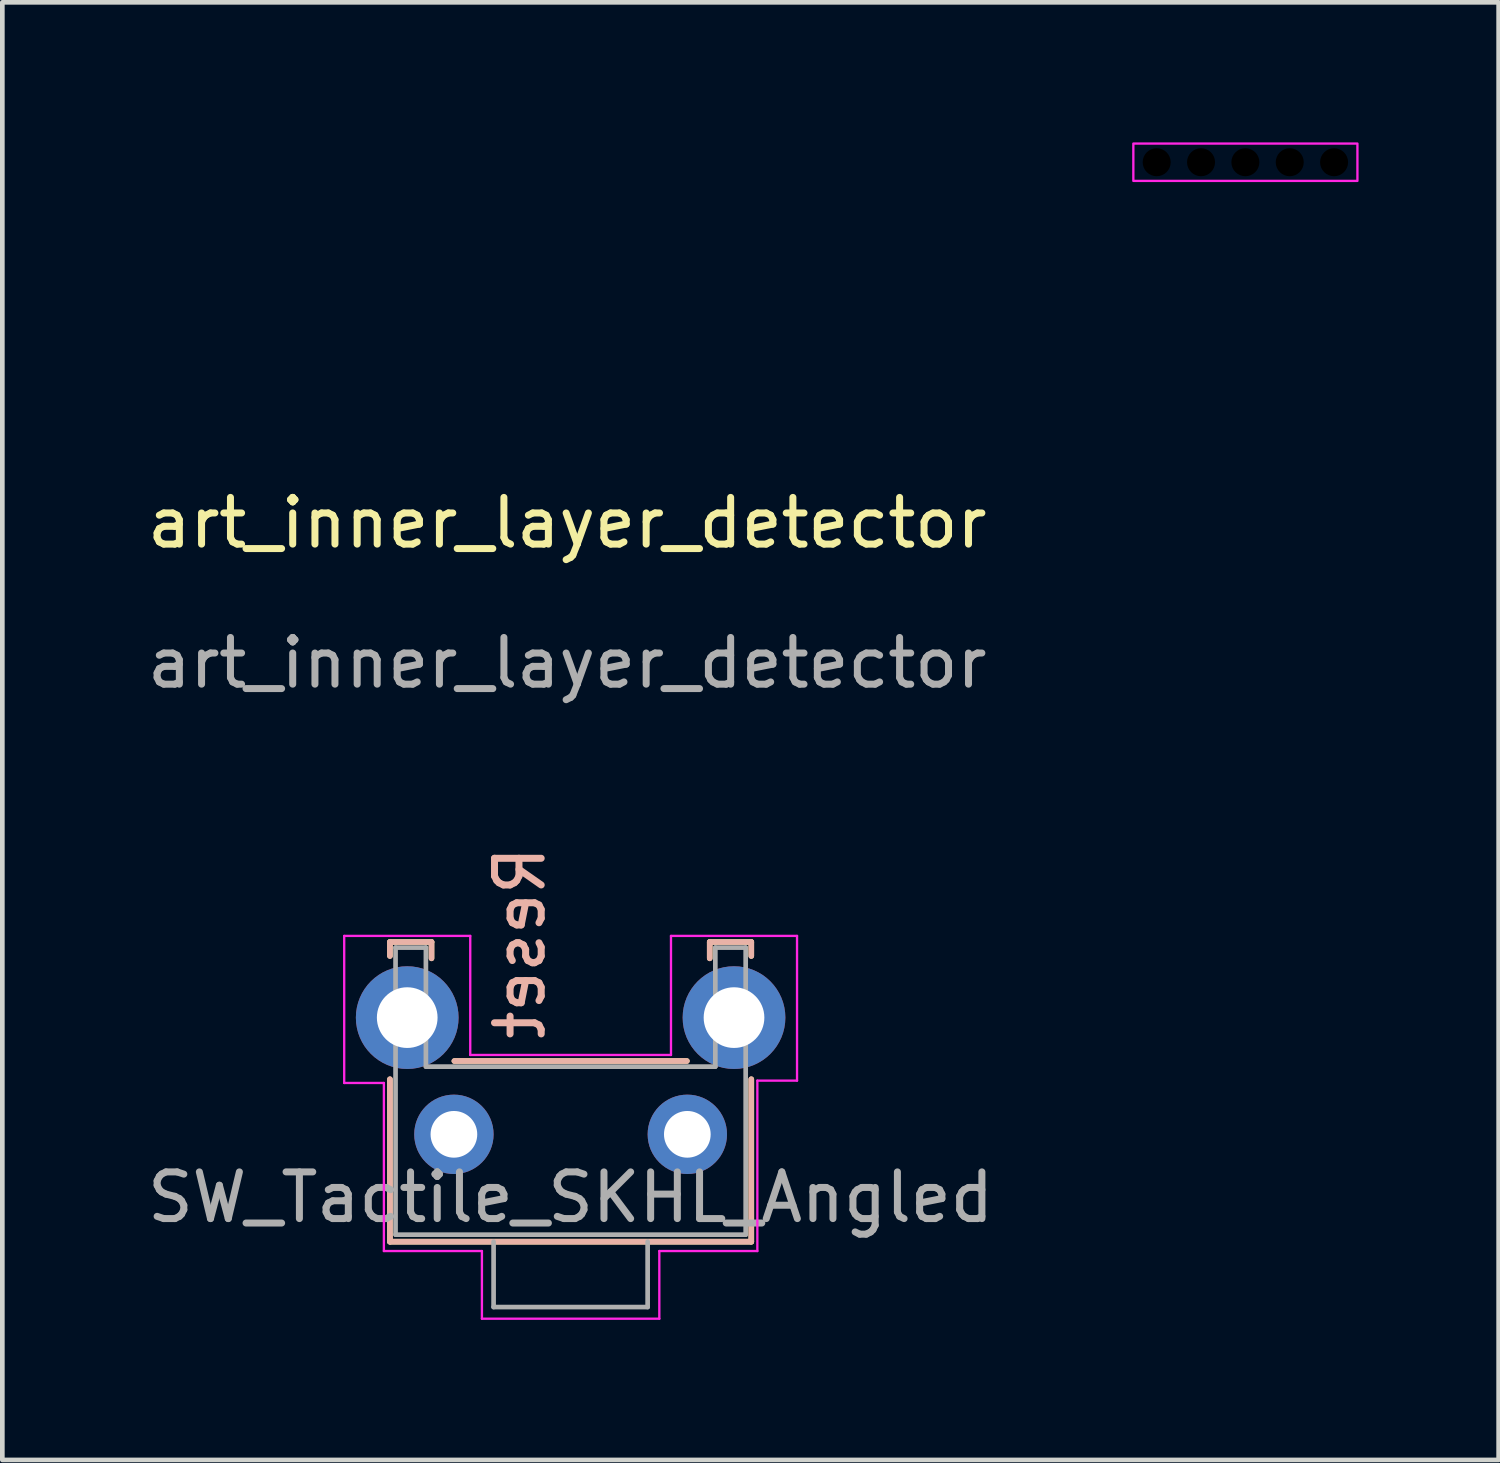
<source format=kicad_pcb>
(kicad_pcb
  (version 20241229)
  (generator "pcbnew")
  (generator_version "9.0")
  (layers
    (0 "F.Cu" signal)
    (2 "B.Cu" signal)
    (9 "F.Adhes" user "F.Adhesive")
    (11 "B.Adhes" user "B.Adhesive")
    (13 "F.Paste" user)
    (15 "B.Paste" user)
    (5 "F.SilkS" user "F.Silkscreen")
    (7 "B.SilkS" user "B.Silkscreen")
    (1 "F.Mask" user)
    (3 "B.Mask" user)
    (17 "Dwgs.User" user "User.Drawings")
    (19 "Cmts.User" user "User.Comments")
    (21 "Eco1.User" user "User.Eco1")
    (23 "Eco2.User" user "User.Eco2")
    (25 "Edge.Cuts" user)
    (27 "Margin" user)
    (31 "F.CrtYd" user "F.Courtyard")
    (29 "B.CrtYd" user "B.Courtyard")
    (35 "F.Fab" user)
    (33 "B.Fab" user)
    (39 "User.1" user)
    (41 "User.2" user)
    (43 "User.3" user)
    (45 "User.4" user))
  (footprint "SW_Tactile_SKHL_Angled"
    (layer "F.Cu")
    (at 9.173 19.998)
    (property "Reference" "SW_Tactile_SKHL_Angled" (at 0 2.6 0) (layer "F.Fab") (effects (font (size 1 1) (thickness 0.15))))
    (property "Value" "Reset" (at -1.2 -2.8 270) (layer "F.SilkS") (hide yes) (effects (font (size 1 1) (thickness 0.15))))
    (attr through_hole)
    (private_layers "User.9")
    (fp_line (start -3.87 -2.87) (end -2.98 -2.87) (stroke (width 0.12) (type solid)) (layer "F.SilkS"))
    (fp_line (start -3.87 -2.57) (end -3.87 -2.87) (stroke (width 0.12) (type solid)) (layer "F.SilkS"))
    (fp_line (start -3.87 0.07) (end -3.87 3.55) (stroke (width 0.12) (type solid)) (layer "F.SilkS"))
    (fp_line (start -3.87 3.55) (end 3.87 3.55) (stroke (width 0.12) (type solid)) (layer "F.SilkS"))
    (fp_line (start -2.98 -2.87) (end -2.98 -2.52) (stroke (width 0.12) (type solid)) (layer "F.SilkS"))
    (fp_line (start 2.49 -0.32) (end -2.49 -0.32) (stroke (width 0.12) (type solid)) (layer "F.SilkS"))
    (fp_line (start 2.98 -2.87) (end 2.98 -2.52) (stroke (width 0.12) (type solid)) (layer "F.SilkS"))
    (fp_line (start 2.98 -2.87) (end 3.87 -2.87) (stroke (width 0.12) (type solid)) (layer "F.SilkS"))
    (fp_line (start 3.87 -2.57) (end 3.87 -2.87) (stroke (width 0.12) (type solid)) (layer "F.SilkS"))
    (fp_line (start 3.87 3.55) (end 3.87 0.07) (stroke (width 0.12) (type solid)) (layer "F.SilkS"))
    (fp_line (start -3.87 -2.87) (end -3.87 -2.57) (stroke (width 0.12) (type solid)) (layer "B.SilkS"))
    (fp_line (start -3.87 -2.87) (end -2.98 -2.87) (stroke (width 0.12) (type solid)) (layer "B.SilkS"))
    (fp_line (start -3.87 0.07) (end -3.87 3.55) (stroke (width 0.12) (type solid)) (layer "B.SilkS"))
    (fp_line (start -3.87 3.55) (end 3.87 3.55) (stroke (width 0.12) (type solid)) (layer "B.SilkS"))
    (fp_line (start -2.98 -2.52) (end -2.98 -2.87) (stroke (width 0.12) (type solid)) (layer "B.SilkS"))
    (fp_line (start 2.49 -0.32) (end -2.49 -0.32) (stroke (width 0.12) (type solid)) (layer "B.SilkS"))
    (fp_line (start 2.98 -2.87) (end 3.87 -2.87) (stroke (width 0.12) (type solid)) (layer "B.SilkS"))
    (fp_line (start 2.98 -2.52) (end 2.98 -2.87) (stroke (width 0.12) (type solid)) (layer "B.SilkS"))
    (fp_line (start 3.87 -2.87) (end 3.87 -2.57) (stroke (width 0.12) (type solid)) (layer "B.SilkS"))
    (fp_line (start 3.87 3.55) (end 3.87 0.07) (stroke (width 0.12) (type solid)) (layer "B.SilkS"))
    (fp_line (start -4.85 -3) (end -4.85 0.15) (stroke (width 0.05) (type solid)) (layer "F.CrtYd"))
    (fp_line (start -4.85 0.15) (end -4 0.15) (stroke (width 0.05) (type solid)) (layer "F.CrtYd"))
    (fp_line (start -4 0.15) (end -4 3.75) (stroke (width 0.05) (type solid)) (layer "F.CrtYd"))
    (fp_line (start -4 3.75) (end -1.9 3.75) (stroke (width 0.05) (type solid)) (layer "F.CrtYd"))
    (fp_line (start -2.15 -3) (end -4.85 -3) (stroke (width 0.05) (type solid)) (layer "F.CrtYd"))
    (fp_line (start -2.15 -0.45) (end -2.15 -3) (stroke (width 0.05) (type solid)) (layer "F.CrtYd"))
    (fp_line (start -1.9 3.75) (end -1.9 5.2) (stroke (width 0.05) (type solid)) (layer "F.CrtYd"))
    (fp_line (start -1.9 5.2) (end 1.9 5.2) (stroke (width 0.05) (type solid)) (layer "F.CrtYd"))
    (fp_line (start 1.9 3.75) (end 4 3.75) (stroke (width 0.05) (type solid)) (layer "F.CrtYd"))
    (fp_line (start 1.9 5.2) (end 1.9 3.75) (stroke (width 0.05) (type solid)) (layer "F.CrtYd"))
    (fp_line (start 2.15 -3) (end 2.15 -0.45) (stroke (width 0.05) (type solid)) (layer "F.CrtYd"))
    (fp_line (start 2.15 -3) (end 4.85 -3) (stroke (width 0.05) (type solid)) (layer "F.CrtYd"))
    (fp_line (start 2.15 -0.45) (end -2.15 -0.45) (stroke (width 0.05) (type solid)) (layer "F.CrtYd"))
    (fp_line (start 4 0.1) (end 4 3.75) (stroke (width 0.05) (type solid)) (layer "F.CrtYd"))
    (fp_line (start 4.85 -3) (end 4.85 0.1) (stroke (width 0.05) (type solid)) (layer "F.CrtYd"))
    (fp_line (start 4.85 0.1) (end 4 0.1) (stroke (width 0.05) (type solid)) (layer "F.CrtYd"))
    (fp_line (start -3.75 -2.75) (end -3.1 -2.75) (stroke (width 0.1) (type solid)) (layer "F.Fab"))
    (fp_line (start -3.75 3.4) (end -3.75 -2.75) (stroke (width 0.1) (type solid)) (layer "F.Fab"))
    (fp_line (start -3.75 3.4) (end 3.75 3.4) (stroke (width 0.1) (type solid)) (layer "F.Fab"))
    (fp_line (start -3.1 -0.2) (end -3.1 -2.75) (stroke (width 0.1) (type solid)) (layer "F.Fab"))
    (fp_line (start -3.1 -0.2) (end 3.1 -0.2) (stroke (width 0.1) (type solid)) (layer "F.Fab"))
    (fp_line (start -1.65 3.55) (end -1.65 4.95) (stroke (width 0.1) (type solid)) (layer "F.Fab"))
    (fp_line (start 1.65 3.55) (end 1.65 4.95) (stroke (width 0.1) (type solid)) (layer "F.Fab"))
    (fp_line (start 1.65 4.95) (end -1.65 4.95) (stroke (width 0.1) (type solid)) (layer "F.Fab"))
    (fp_line (start 3.1 -2.75) (end 3.75 -2.75) (stroke (width 0.1) (type solid)) (layer "F.Fab"))
    (fp_line (start 3.1 -0.2) (end 3.1 -2.75) (stroke (width 0.1) (type solid)) (layer "F.Fab"))
    (fp_line (start 3.75 -2.75) (end 3.75 3.4) (stroke (width 0.1) (type solid)) (layer "F.Fab"))
    (fp_text user "${VALUE}" (at -0.5 -5 90) (unlocked yes) (layer "B.SilkS") (effects (font (size 1 1) (thickness 0.15)) (justify left bottom mirror)))
    (pad "" thru_hole circle (at -3.5 -1.25) (size 2.2 2.2) (drill 1.3) (layers "*.Cu" "*.Mask"))
    (pad "" thru_hole circle (at 3.5 -1.25) (size 2.2 2.2) (drill 1.3) (layers "*.Cu" "*.Mask"))
    (pad "1" thru_hole circle (at -2.5 1.25) (size 1.7 1.7) (drill 1) (layers "*.Cu" "*.Mask"))
    (pad "2" thru_hole circle (at 2.5 1.25) (size 1.7 1.7) (drill 1) (layers "*.Cu" "*.Mask")))
  (footprint "art_inner_layer_detector"
    (layer "F.Cu")
    (at 9.101 1.15)
    (property "Reference" "art_inner_layer_detector" (at 0 7 0) (unlocked yes) (layer "F.SilkS") (effects (font (size 1 1) (thickness 0.15))))
    (attr smd board_only exclude_from_pos_files exclude_from_bom allow_missing_courtyard dnp)
    (fp_rect (start -1.1 -1.1) (end 1.1 -0.4) (stroke (width 0.1) (type solid)) (fill yes) (layer "F.Mask"))
    (fp_rect (start -1.1 0.4) (end 1.1 1.1) (stroke (width 0.1) (type solid)) (fill yes) (layer "F.Mask"))
    (fp_rect (start -1.1 -1.1) (end 1.1 -0.4) (stroke (width 0.1) (type solid)) (fill yes) (layer "B.Mask"))
    (fp_rect (start -1.1 0.4) (end 1.1 1.1) (stroke (width 0.1) (type solid)) (fill yes) (layer "B.Mask"))
    (fp_text user "${REFERENCE}" (at 0 10 0) (unlocked yes) (layer "F.Fab") (effects (font (size 1 1) (thickness 0.15))))
    (zone (net_name "") (layers "F.Cu" "B.Cu") (name "no-outer") (hatch edge 0.5) (connect_pads) (min_thickness 0.25) (filled_areas_thickness no) (keepout (tracks allowed) (vias allowed) (pads allowed) (copperpour not_allowed) (footprints allowed)) (placement (enabled no)) (fill) (polygon (pts (xy 8.101 0.15) (xy 10.101 0.15) (xy 10.101 2.15) (xy 8.101 2.15))))
    (zone (net_name "") (layers "F.Cu" "B.Cu") (name "no-outer") (hatch edge 0.5) (connect_pads) (min_thickness 0.25) (filled_areas_thickness no) (keepout (tracks allowed) (vias allowed) (pads allowed) (copperpour not_allowed) (footprints allowed)) (placement (enabled no)) (fill) (polygon (pts (xy 8.101 1.75) (xy 10.101 1.75) (xy 10.101 2.15) (xy 8.101 2.15)))))
  (footprint "Mouse_Bites_5mm"
    (layer "F.Cu")
    (at 23.627 0.425)
    (property "Reference" "Mouse_Bites_5mm" (at 0 8.8 0) (unlocked yes) (layer "User.9") (effects (font (size 1 1) (thickness 0.1))))
    (attr through_hole board_only exclude_from_pos_files exclude_from_bom)
    (private_layers "User.9")
    (fp_rect (start -2.4 -0.4) (end 2.4 0.4) (stroke (width 0.05) (type default)) (fill no) (layer "F.CrtYd"))
    (fp_text_box "Useful for splitting\na panel side rail" (start -8.625 -6.5) (end 8.625 -1.9) (margins 0.8 0.8 0.8 0.8) (layer "User.9") (effects (font (size 1 1) (thickness 0.15)) (justify left top)) (border yes) (stroke (width 0.1) (type solid)))
    (pad "" np_thru_hole circle (at -1.9 0) (size 0.6 0.6) (drill 0.6) (layers "*.Mask"))
    (pad "" np_thru_hole circle (at -0.95 0) (size 0.6 0.6) (drill 0.6) (layers "*.Mask"))
    (pad "" np_thru_hole circle (at 0 0) (size 0.6 0.6) (drill 0.6) (layers "*.Mask"))
    (pad "" np_thru_hole circle (at 0.95 0) (size 0.6 0.6) (drill 0.6) (layers "*.Mask"))
    (pad "" np_thru_hole circle (at 1.9 0) (size 0.6 0.6) (drill 0.6) (layers "*.Mask")))
  (gr_rect
    (start -3 -3)
    (end 29.052 28.223)
    (stroke (width 0.1) (type default))
    (fill no)
    (layer "Edge.Cuts")))
</source>
